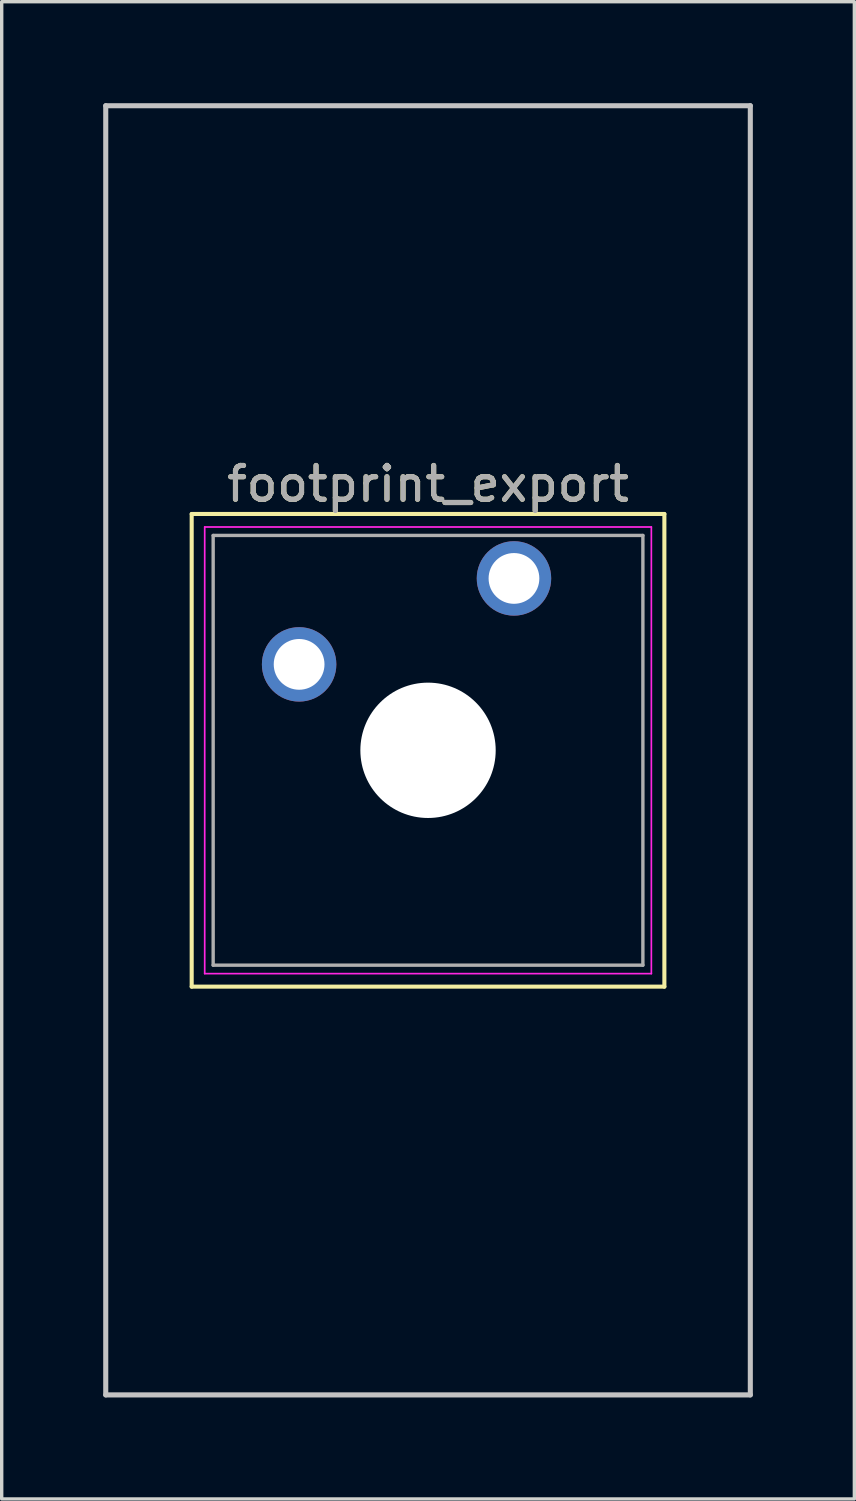
<source format=kicad_pcb>
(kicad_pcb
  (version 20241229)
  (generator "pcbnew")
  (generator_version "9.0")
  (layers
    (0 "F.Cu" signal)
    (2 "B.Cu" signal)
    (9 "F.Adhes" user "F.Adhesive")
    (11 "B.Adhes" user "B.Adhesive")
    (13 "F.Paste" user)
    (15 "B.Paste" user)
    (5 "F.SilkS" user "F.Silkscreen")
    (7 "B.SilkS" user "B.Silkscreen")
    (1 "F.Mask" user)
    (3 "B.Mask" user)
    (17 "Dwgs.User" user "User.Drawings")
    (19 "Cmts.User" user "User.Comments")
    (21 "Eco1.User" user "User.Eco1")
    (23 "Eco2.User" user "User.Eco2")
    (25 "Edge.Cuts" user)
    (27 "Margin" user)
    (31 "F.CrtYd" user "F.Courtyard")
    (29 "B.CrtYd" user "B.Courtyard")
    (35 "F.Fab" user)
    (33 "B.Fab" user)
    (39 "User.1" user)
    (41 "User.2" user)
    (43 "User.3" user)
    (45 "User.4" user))
  (footprint "footprint_export"
    (layer "F.Cu")
    (at 12.14 14.045)
    (property "Reference" "footprint_export" (at -2.54 -2.794 0) (layer "F.SilkS") (effects (font (size 1 1) (thickness 0.15))))
    (attr through_hole)
    (fp_line (start -9.525 -1.905) (end 4.445 -1.905) (stroke (width 0.12) (type solid)) (layer "F.SilkS"))
    (fp_line (start -9.525 12.065) (end -9.525 -1.905) (stroke (width 0.12) (type solid)) (layer "F.SilkS"))
    (fp_line (start 4.445 -1.905) (end 4.445 12.065) (stroke (width 0.12) (type solid)) (layer "F.SilkS"))
    (fp_line (start 4.445 12.065) (end -9.525 12.065) (stroke (width 0.12) (type solid)) (layer "F.SilkS"))
    (fp_line (start -12.065 -13.97) (end 6.985 -13.97) (stroke (width 0.15) (type solid)) (layer "Dwgs.User"))
    (fp_line (start -12.065 24.13) (end -12.065 -13.97) (stroke (width 0.15) (type solid)) (layer "Dwgs.User"))
    (fp_line (start 6.985 -13.97) (end 6.985 24.13) (stroke (width 0.15) (type solid)) (layer "Dwgs.User"))
    (fp_line (start 6.985 24.13) (end -12.065 24.13) (stroke (width 0.15) (type solid)) (layer "Dwgs.User"))
    (fp_line (start -9.14 -1.52) (end 4.06 -1.52) (stroke (width 0.05) (type solid)) (layer "F.CrtYd"))
    (fp_line (start -9.14 11.68) (end -9.14 -1.52) (stroke (width 0.05) (type solid)) (layer "F.CrtYd"))
    (fp_line (start 4.06 -1.52) (end 4.06 11.68) (stroke (width 0.05) (type solid)) (layer "F.CrtYd"))
    (fp_line (start 4.06 11.68) (end -9.14 11.68) (stroke (width 0.05) (type solid)) (layer "F.CrtYd"))
    (fp_line (start -8.89 -1.27) (end 3.81 -1.27) (stroke (width 0.1) (type solid)) (layer "F.Fab"))
    (fp_line (start -8.89 11.43) (end -8.89 -1.27) (stroke (width 0.1) (type solid)) (layer "F.Fab"))
    (fp_line (start 3.81 -1.27) (end 3.81 11.43) (stroke (width 0.1) (type solid)) (layer "F.Fab"))
    (fp_line (start 3.81 11.43) (end -8.89 11.43) (stroke (width 0.1) (type solid)) (layer "F.Fab"))
    (fp_text user "${REFERENCE}" (at -2.54 -2.794 0) (layer "F.Fab") (effects (font (size 1 1) (thickness 0.15))))
    (pad "" np_thru_hole circle (at -2.54 5.08) (size 4 4) (drill 4) (layers "*.Cu" "*.Mask"))
    (pad "1" thru_hole circle (at 0 0) (size 2.2 2.2) (drill 1.5) (layers "*.Cu" "*.Mask"))
    (pad "2" thru_hole circle (at -6.35 2.54) (size 2.2 2.2) (drill 1.5) (layers "*.Cu" "*.Mask")))
  (gr_rect
    (start -3 -3)
    (end 22.2 41.25)
    (stroke (width 0.1) (type default))
    (fill no)
    (layer "Edge.Cuts")))
</source>
